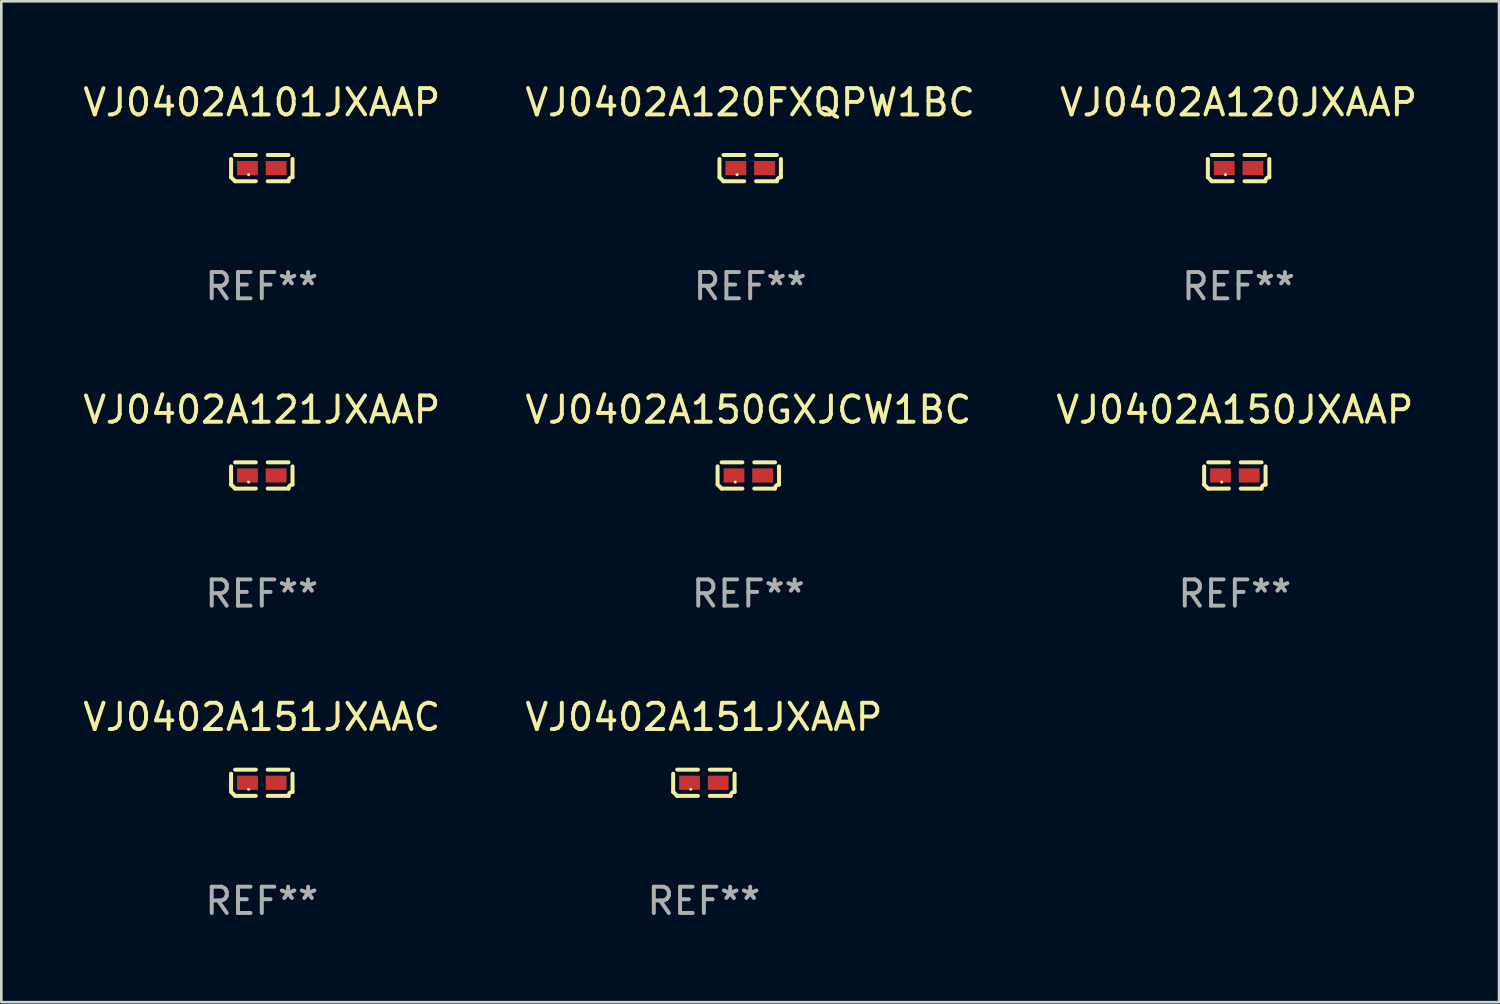
<source format=kicad_pcb>
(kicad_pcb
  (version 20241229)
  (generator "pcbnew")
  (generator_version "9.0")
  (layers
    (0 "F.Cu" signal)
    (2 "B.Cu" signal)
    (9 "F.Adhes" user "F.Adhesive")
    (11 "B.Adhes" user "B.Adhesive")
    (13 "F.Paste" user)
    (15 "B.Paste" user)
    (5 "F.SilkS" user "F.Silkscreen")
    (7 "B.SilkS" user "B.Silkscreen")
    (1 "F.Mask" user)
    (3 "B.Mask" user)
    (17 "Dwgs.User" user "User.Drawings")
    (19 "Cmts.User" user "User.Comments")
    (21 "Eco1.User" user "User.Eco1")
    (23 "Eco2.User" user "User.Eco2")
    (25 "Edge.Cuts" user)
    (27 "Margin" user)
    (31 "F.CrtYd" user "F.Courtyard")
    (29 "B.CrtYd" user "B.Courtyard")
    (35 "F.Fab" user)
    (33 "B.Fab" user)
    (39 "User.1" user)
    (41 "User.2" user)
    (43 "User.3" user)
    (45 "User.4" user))
  (footprint "VJ0402A121JXAAP"
    (layer "F.Cu")
    (at 6.911 15.041)
    (property "Reference" "VJ0402A121JXAAP" (at 0 -2.499 0) (layer "F.SilkS") (effects (font (size 1 1) (thickness 0.15))))
    (attr through_hole)
    (fp_line (start -1.169 0.346) (end -1.169 -0.346) (stroke (width 0.152) (type solid)) (layer "F.SilkS"))
    (fp_line (start -1.016 -0.499) (end -0.226 -0.499) (stroke (width 0.152) (type solid)) (layer "F.SilkS"))
    (fp_line (start -0.226 0.499) (end -1.016 0.499) (stroke (width 0.152) (type solid)) (layer "F.SilkS"))
    (fp_line (start 0.226 0.499) (end 1.016 0.499) (stroke (width 0.152) (type solid)) (layer "F.SilkS"))
    (fp_line (start 1.016 -0.499) (end 0.226 -0.499) (stroke (width 0.152) (type solid)) (layer "F.SilkS"))
    (fp_line (start 1.169 0.346) (end 1.169 -0.346) (stroke (width 0.152) (type solid)) (layer "F.SilkS"))
    (fp_arc (start -1.016307 0.498603) (mid -1.092512 0.422405) (end -1.16871 0.3462) (stroke (width 0.1524) (type solid)) (layer "F.SilkS"))
    (fp_arc (start 1.016307 0.498603) (mid 1.060899 0.390758) (end 1.168707 0.346076) (stroke (width 0.1524) (type solid)) (layer "F.SilkS"))
    (fp_circle (center -0.5 0.25) (end -0.47 0.25) (stroke (width 0.06) (type solid)) (fill no) (layer "F.SilkS"))
    (fp_text user "REF**" (at 0 4.499 0) (layer "F.Fab") (effects (font (size 1 1) (thickness 0.15))))
    (pad "1" smd rect (at -0.545 0) (size 0.79 0.54) (layers "F.Cu" "F.Mask" "F.Paste"))
    (pad "2" smd rect (at 0.545 0) (size 0.79 0.54) (layers "F.Cu" "F.Mask" "F.Paste")))
  (footprint "VJ0402A151JXAAC"
    (layer "F.Cu")
    (at 6.911 26.734)
    (property "Reference" "VJ0402A151JXAAC" (at 0 -2.499 0) (layer "F.SilkS") (effects (font (size 1 1) (thickness 0.15))))
    (attr through_hole)
    (fp_line (start -1.169 0.346) (end -1.169 -0.346) (stroke (width 0.152) (type solid)) (layer "F.SilkS"))
    (fp_line (start -1.016 -0.499) (end -0.226 -0.499) (stroke (width 0.152) (type solid)) (layer "F.SilkS"))
    (fp_line (start -0.226 0.499) (end -1.016 0.499) (stroke (width 0.152) (type solid)) (layer "F.SilkS"))
    (fp_line (start 0.226 0.499) (end 1.016 0.499) (stroke (width 0.152) (type solid)) (layer "F.SilkS"))
    (fp_line (start 1.016 -0.499) (end 0.226 -0.499) (stroke (width 0.152) (type solid)) (layer "F.SilkS"))
    (fp_line (start 1.169 0.346) (end 1.169 -0.346) (stroke (width 0.152) (type solid)) (layer "F.SilkS"))
    (fp_arc (start -1.016307 0.498603) (mid -1.092512 0.422405) (end -1.16871 0.3462) (stroke (width 0.1524) (type solid)) (layer "F.SilkS"))
    (fp_arc (start 1.016307 0.498603) (mid 1.060899 0.390758) (end 1.168707 0.346076) (stroke (width 0.1524) (type solid)) (layer "F.SilkS"))
    (fp_circle (center -0.5 0.25) (end -0.47 0.25) (stroke (width 0.06) (type solid)) (fill no) (layer "F.SilkS"))
    (fp_text user "REF**" (at 0 4.499 0) (layer "F.Fab") (effects (font (size 1 1) (thickness 0.15))))
    (pad "1" smd rect (at -0.545 0) (size 0.79 0.54) (layers "F.Cu" "F.Mask" "F.Paste"))
    (pad "2" smd rect (at 0.545 0) (size 0.79 0.54) (layers "F.Cu" "F.Mask" "F.Paste")))
  (footprint "VJ0402A151JXAAP"
    (layer "F.Cu")
    (at 23.732 26.734)
    (property "Reference" "VJ0402A151JXAAP" (at 0 -2.499 0) (layer "F.SilkS") (effects (font (size 1 1) (thickness 0.15))))
    (attr through_hole)
    (fp_line (start -1.169 0.346) (end -1.169 -0.346) (stroke (width 0.152) (type solid)) (layer "F.SilkS"))
    (fp_line (start -1.016 -0.499) (end -0.226 -0.499) (stroke (width 0.152) (type solid)) (layer "F.SilkS"))
    (fp_line (start -0.226 0.499) (end -1.016 0.499) (stroke (width 0.152) (type solid)) (layer "F.SilkS"))
    (fp_line (start 0.226 0.499) (end 1.016 0.499) (stroke (width 0.152) (type solid)) (layer "F.SilkS"))
    (fp_line (start 1.016 -0.499) (end 0.226 -0.499) (stroke (width 0.152) (type solid)) (layer "F.SilkS"))
    (fp_line (start 1.169 0.346) (end 1.169 -0.346) (stroke (width 0.152) (type solid)) (layer "F.SilkS"))
    (fp_arc (start -1.016307 0.498603) (mid -1.092512 0.422405) (end -1.16871 0.3462) (stroke (width 0.1524) (type solid)) (layer "F.SilkS"))
    (fp_arc (start 1.016307 0.498603) (mid 1.060899 0.390758) (end 1.168707 0.346076) (stroke (width 0.1524) (type solid)) (layer "F.SilkS"))
    (fp_circle (center -0.5 0.25) (end -0.47 0.25) (stroke (width 0.06) (type solid)) (fill no) (layer "F.SilkS"))
    (fp_text user "REF**" (at 0 4.499 0) (layer "F.Fab") (effects (font (size 1 1) (thickness 0.15))))
    (pad "1" smd rect (at -0.545 0) (size 0.79 0.54) (layers "F.Cu" "F.Mask" "F.Paste"))
    (pad "2" smd rect (at 0.545 0) (size 0.79 0.54) (layers "F.Cu" "F.Mask" "F.Paste")))
  (footprint "VJ0402A150GXJCW1BC"
    (layer "F.Cu")
    (at 25.423 15.041)
    (property "Reference" "VJ0402A150GXJCW1BC" (at 0 -2.499 0) (layer "F.SilkS") (effects (font (size 1 1) (thickness 0.15))))
    (attr through_hole)
    (fp_line (start -1.169 0.346) (end -1.169 -0.346) (stroke (width 0.152) (type solid)) (layer "F.SilkS"))
    (fp_line (start -1.016 -0.499) (end -0.226 -0.499) (stroke (width 0.152) (type solid)) (layer "F.SilkS"))
    (fp_line (start -0.226 0.499) (end -1.016 0.499) (stroke (width 0.152) (type solid)) (layer "F.SilkS"))
    (fp_line (start 0.226 0.499) (end 1.016 0.499) (stroke (width 0.152) (type solid)) (layer "F.SilkS"))
    (fp_line (start 1.016 -0.499) (end 0.226 -0.499) (stroke (width 0.152) (type solid)) (layer "F.SilkS"))
    (fp_line (start 1.169 0.346) (end 1.169 -0.346) (stroke (width 0.152) (type solid)) (layer "F.SilkS"))
    (fp_arc (start -1.016307 0.498603) (mid -1.092512 0.422405) (end -1.16871 0.3462) (stroke (width 0.1524) (type solid)) (layer "F.SilkS"))
    (fp_arc (start 1.016307 0.498603) (mid 1.060899 0.390758) (end 1.168707 0.346076) (stroke (width 0.1524) (type solid)) (layer "F.SilkS"))
    (fp_circle (center -0.5 0.25) (end -0.47 0.25) (stroke (width 0.06) (type solid)) (fill no) (layer "F.SilkS"))
    (fp_text user "REF**" (at 0 4.499 0) (layer "F.Fab") (effects (font (size 1 1) (thickness 0.15))))
    (pad "1" smd rect (at -0.545 0) (size 0.79 0.54) (layers "F.Cu" "F.Mask" "F.Paste"))
    (pad "2" smd rect (at 0.545 0) (size 0.79 0.54) (layers "F.Cu" "F.Mask" "F.Paste")))
  (footprint "VJ0402A120FXQPW1BC"
    (layer "F.Cu")
    (at 25.494 3.347)
    (property "Reference" "VJ0402A120FXQPW1BC" (at 0 -2.499 0) (layer "F.SilkS") (effects (font (size 1 1) (thickness 0.15))))
    (attr through_hole)
    (fp_line (start -1.169 0.346) (end -1.169 -0.346) (stroke (width 0.152) (type solid)) (layer "F.SilkS"))
    (fp_line (start -1.016 -0.499) (end -0.226 -0.499) (stroke (width 0.152) (type solid)) (layer "F.SilkS"))
    (fp_line (start -0.226 0.499) (end -1.016 0.499) (stroke (width 0.152) (type solid)) (layer "F.SilkS"))
    (fp_line (start 0.226 0.499) (end 1.016 0.499) (stroke (width 0.152) (type solid)) (layer "F.SilkS"))
    (fp_line (start 1.016 -0.499) (end 0.226 -0.499) (stroke (width 0.152) (type solid)) (layer "F.SilkS"))
    (fp_line (start 1.169 0.346) (end 1.169 -0.346) (stroke (width 0.152) (type solid)) (layer "F.SilkS"))
    (fp_arc (start -1.016307 0.498603) (mid -1.092512 0.422405) (end -1.16871 0.3462) (stroke (width 0.1524) (type solid)) (layer "F.SilkS"))
    (fp_arc (start 1.016307 0.498603) (mid 1.060899 0.390758) (end 1.168707 0.346076) (stroke (width 0.1524) (type solid)) (layer "F.SilkS"))
    (fp_circle (center -0.5 0.25) (end -0.47 0.25) (stroke (width 0.06) (type solid)) (fill no) (layer "F.SilkS"))
    (fp_text user "REF**" (at 0 4.499 0) (layer "F.Fab") (effects (font (size 1 1) (thickness 0.15))))
    (pad "1" smd rect (at -0.545 0) (size 0.79 0.54) (layers "F.Cu" "F.Mask" "F.Paste"))
    (pad "2" smd rect (at 0.545 0) (size 0.79 0.54) (layers "F.Cu" "F.Mask" "F.Paste")))
  (footprint "VJ0402A120JXAAP"
    (layer "F.Cu")
    (at 44.077 3.347)
    (property "Reference" "VJ0402A120JXAAP" (at 0 -2.499 0) (layer "F.SilkS") (effects (font (size 1 1) (thickness 0.15))))
    (attr through_hole)
    (fp_line (start -1.169 0.346) (end -1.169 -0.346) (stroke (width 0.152) (type solid)) (layer "F.SilkS"))
    (fp_line (start -1.016 -0.499) (end -0.226 -0.499) (stroke (width 0.152) (type solid)) (layer "F.SilkS"))
    (fp_line (start -0.226 0.499) (end -1.016 0.499) (stroke (width 0.152) (type solid)) (layer "F.SilkS"))
    (fp_line (start 0.226 0.499) (end 1.016 0.499) (stroke (width 0.152) (type solid)) (layer "F.SilkS"))
    (fp_line (start 1.016 -0.499) (end 0.226 -0.499) (stroke (width 0.152) (type solid)) (layer "F.SilkS"))
    (fp_line (start 1.169 0.346) (end 1.169 -0.346) (stroke (width 0.152) (type solid)) (layer "F.SilkS"))
    (fp_arc (start -1.016307 0.498603) (mid -1.092512 0.422405) (end -1.16871 0.3462) (stroke (width 0.1524) (type solid)) (layer "F.SilkS"))
    (fp_arc (start 1.016307 0.498603) (mid 1.060899 0.390758) (end 1.168707 0.346076) (stroke (width 0.1524) (type solid)) (layer "F.SilkS"))
    (fp_circle (center -0.5 0.25) (end -0.47 0.25) (stroke (width 0.06) (type solid)) (fill no) (layer "F.SilkS"))
    (fp_text user "REF**" (at 0 4.499 0) (layer "F.Fab") (effects (font (size 1 1) (thickness 0.15))))
    (pad "1" smd rect (at -0.545 0) (size 0.79 0.54) (layers "F.Cu" "F.Mask" "F.Paste"))
    (pad "2" smd rect (at 0.545 0) (size 0.79 0.54) (layers "F.Cu" "F.Mask" "F.Paste")))
  (footprint "VJ0402A101JXAAP"
    (layer "F.Cu")
    (at 6.911 3.347)
    (property "Reference" "VJ0402A101JXAAP" (at 0 -2.499 0) (layer "F.SilkS") (effects (font (size 1 1) (thickness 0.15))))
    (attr through_hole)
    (fp_line (start -1.169 0.346) (end -1.169 -0.346) (stroke (width 0.152) (type solid)) (layer "F.SilkS"))
    (fp_line (start -1.016 -0.499) (end -0.226 -0.499) (stroke (width 0.152) (type solid)) (layer "F.SilkS"))
    (fp_line (start -0.226 0.499) (end -1.016 0.499) (stroke (width 0.152) (type solid)) (layer "F.SilkS"))
    (fp_line (start 0.226 0.499) (end 1.016 0.499) (stroke (width 0.152) (type solid)) (layer "F.SilkS"))
    (fp_line (start 1.016 -0.499) (end 0.226 -0.499) (stroke (width 0.152) (type solid)) (layer "F.SilkS"))
    (fp_line (start 1.169 0.346) (end 1.169 -0.346) (stroke (width 0.152) (type solid)) (layer "F.SilkS"))
    (fp_arc (start -1.016307 0.498603) (mid -1.092512 0.422405) (end -1.16871 0.3462) (stroke (width 0.1524) (type solid)) (layer "F.SilkS"))
    (fp_arc (start 1.016307 0.498603) (mid 1.060899 0.390758) (end 1.168707 0.346076) (stroke (width 0.1524) (type solid)) (layer "F.SilkS"))
    (fp_circle (center -0.5 0.25) (end -0.47 0.25) (stroke (width 0.06) (type solid)) (fill no) (layer "F.SilkS"))
    (fp_text user "REF**" (at 0 4.499 0) (layer "F.Fab") (effects (font (size 1 1) (thickness 0.15))))
    (pad "1" smd rect (at -0.545 0) (size 0.79 0.54) (layers "F.Cu" "F.Mask" "F.Paste"))
    (pad "2" smd rect (at 0.545 0) (size 0.79 0.54) (layers "F.Cu" "F.Mask" "F.Paste")))
  (footprint "VJ0402A150JXAAP"
    (layer "F.Cu")
    (at 43.935 15.041)
    (property "Reference" "VJ0402A150JXAAP" (at 0 -2.499 0) (layer "F.SilkS") (effects (font (size 1 1) (thickness 0.15))))
    (attr through_hole)
    (fp_line (start -1.169 0.346) (end -1.169 -0.346) (stroke (width 0.152) (type solid)) (layer "F.SilkS"))
    (fp_line (start -1.016 -0.499) (end -0.226 -0.499) (stroke (width 0.152) (type solid)) (layer "F.SilkS"))
    (fp_line (start -0.226 0.499) (end -1.016 0.499) (stroke (width 0.152) (type solid)) (layer "F.SilkS"))
    (fp_line (start 0.226 0.499) (end 1.016 0.499) (stroke (width 0.152) (type solid)) (layer "F.SilkS"))
    (fp_line (start 1.016 -0.499) (end 0.226 -0.499) (stroke (width 0.152) (type solid)) (layer "F.SilkS"))
    (fp_line (start 1.169 0.346) (end 1.169 -0.346) (stroke (width 0.152) (type solid)) (layer "F.SilkS"))
    (fp_arc (start -1.016307 0.498603) (mid -1.092512 0.422405) (end -1.16871 0.3462) (stroke (width 0.1524) (type solid)) (layer "F.SilkS"))
    (fp_arc (start 1.016307 0.498603) (mid 1.060899 0.390758) (end 1.168707 0.346076) (stroke (width 0.1524) (type solid)) (layer "F.SilkS"))
    (fp_circle (center -0.5 0.25) (end -0.47 0.25) (stroke (width 0.06) (type solid)) (fill no) (layer "F.SilkS"))
    (fp_text user "REF**" (at 0 4.499 0) (layer "F.Fab") (effects (font (size 1 1) (thickness 0.15))))
    (pad "1" smd rect (at -0.545 0) (size 0.79 0.54) (layers "F.Cu" "F.Mask" "F.Paste"))
    (pad "2" smd rect (at 0.545 0) (size 0.79 0.54) (layers "F.Cu" "F.Mask" "F.Paste")))
  (gr_rect
    (start -3 -3)
    (end 53.988 35.081)
    (stroke (width 0.1) (type default))
    (fill no)
    (layer "Edge.Cuts")))
</source>
